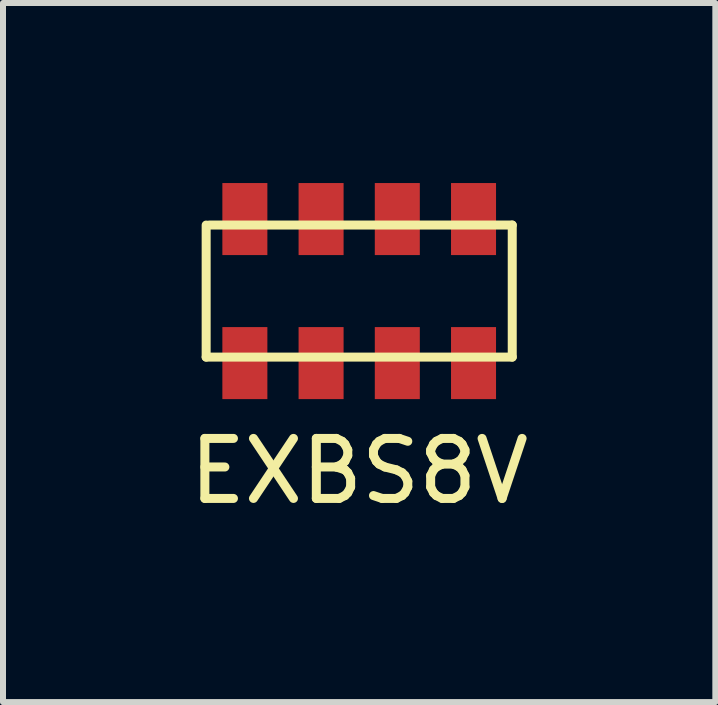
<source format=kicad_pcb>
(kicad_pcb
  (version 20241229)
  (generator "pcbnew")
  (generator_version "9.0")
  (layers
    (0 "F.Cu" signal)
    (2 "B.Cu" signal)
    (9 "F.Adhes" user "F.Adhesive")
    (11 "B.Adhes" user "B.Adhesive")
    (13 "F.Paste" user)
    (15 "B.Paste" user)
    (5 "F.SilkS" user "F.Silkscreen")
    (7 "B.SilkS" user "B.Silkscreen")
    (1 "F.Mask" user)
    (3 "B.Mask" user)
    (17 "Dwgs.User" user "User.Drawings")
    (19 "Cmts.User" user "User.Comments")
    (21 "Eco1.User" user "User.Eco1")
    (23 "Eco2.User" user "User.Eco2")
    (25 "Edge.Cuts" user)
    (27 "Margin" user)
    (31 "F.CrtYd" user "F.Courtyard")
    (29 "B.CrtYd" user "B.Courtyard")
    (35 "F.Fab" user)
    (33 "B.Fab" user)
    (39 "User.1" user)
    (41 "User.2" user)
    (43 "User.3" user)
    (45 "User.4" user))
  (footprint "EXBS8V"
    (layer "F.Cu")
    (at 2.935 1.8)
    (property "Reference" "EXBS8V" (at 0 3 0) (layer "F.SilkS") (effects (font (size 1 1) (thickness 0.15))))
    (attr through_hole)
    (fp_line (start -2.55 1.1) (end -2.55 -1.1) (stroke (width 0.15) (type solid)) (layer "F.SilkS"))
    (fp_line (start -2.5 -1.1) (end 2.55 -1.1) (stroke (width 0.15) (type solid)) (layer "F.SilkS"))
    (fp_line (start 2.55 -1.1) (end 2.55 1.1) (stroke (width 0.15) (type solid)) (layer "F.SilkS"))
    (fp_line (start 2.55 1.1) (end -2.55 1.1) (stroke (width 0.15) (type solid)) (layer "F.SilkS"))
    (pad "1" smd rect (at -1.905 1.2) (size 0.75 1.2) (layers "F.Cu" "F.Mask" "F.Paste"))
    (pad "2" smd rect (at -0.635 1.2) (size 0.75 1.2) (layers "F.Cu" "F.Mask" "F.Paste"))
    (pad "3" smd rect (at 0.635 1.2) (size 0.75 1.2) (layers "F.Cu" "F.Mask" "F.Paste"))
    (pad "4" smd rect (at 1.905 1.2) (size 0.75 1.2) (layers "F.Cu" "F.Mask" "F.Paste"))
    (pad "5" smd rect (at 1.905 -1.2) (size 0.75 1.2) (layers "F.Cu" "F.Mask" "F.Paste"))
    (pad "6" smd rect (at 0.635 -1.2) (size 0.75 1.2) (layers "F.Cu" "F.Mask" "F.Paste"))
    (pad "7" smd rect (at -0.635 -1.2) (size 0.75 1.2) (layers "F.Cu" "F.Mask" "F.Paste"))
    (pad "8" smd rect (at -1.905 -1.2) (size 0.75 1.2) (layers "F.Cu" "F.Mask" "F.Paste")))
  (gr_rect
    (start -3 -3)
    (end 8.869 8.648)
    (stroke (width 0.1) (type default))
    (fill no)
    (layer "Edge.Cuts")))
</source>
